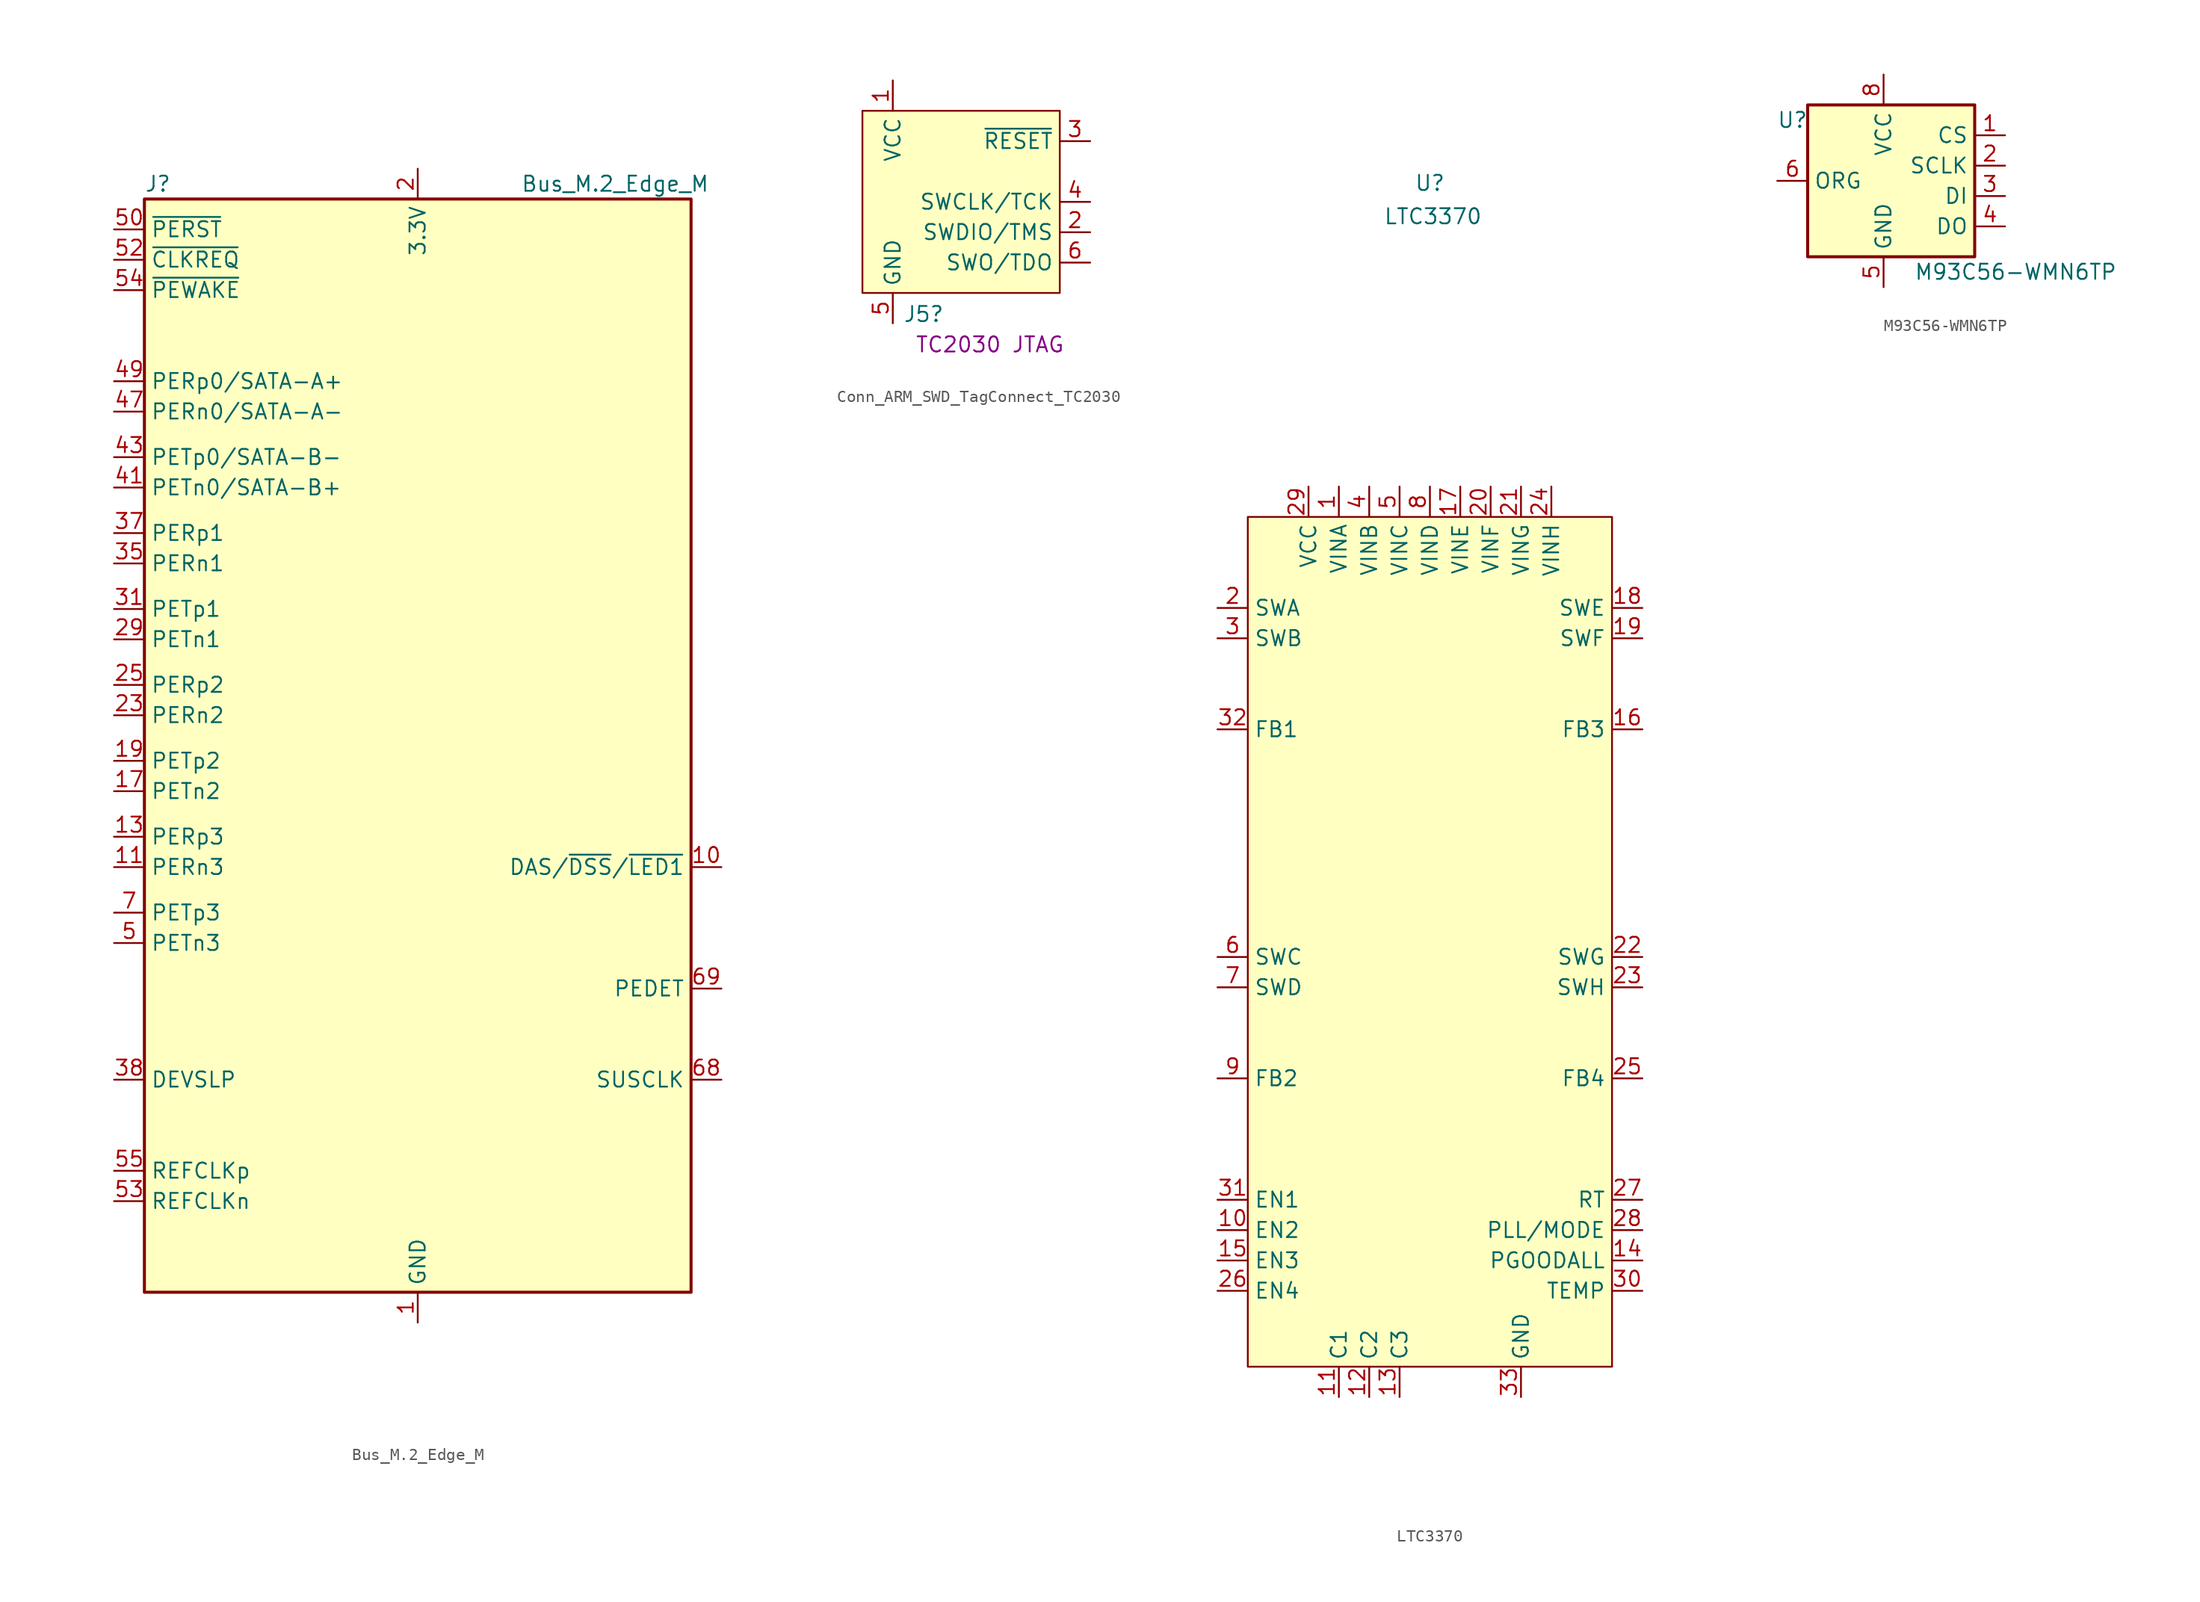
<source format=kicad_sym>
(kicad_symbol_lib
  (version 20241209)
  (generator "kicad_symbol_editor")
  (generator_version "9.0")
  (symbol "Bus_M.2_Edge_M"
    (property "Reference" "J"
      (at -22.86 46.99 0)
      (effects (font (size 1.27 1.27)) (justify left)))
    (property "Value" "Bus_M.2_Edge_M"
      (at 16.51 46.99 0)
      (effects (font (size 1.27 1.27))))
    (symbol "Bus_M.2_Edge_M_0_1"
      (rectangle (start -22.86 45.72) (end 22.86 -45.72) (stroke (width 0.254) (type default)) (fill (type background))))
    (symbol "Bus_M.2_Edge_M_1_1"
      (pin output line (at -25.4 43.18 0) (length 2.54) (name "~{PERST}" (effects (font (size 1.27 1.27)))) (number "50" (effects (font (size 1.27 1.27)))))
      (pin bidirectional line (at -25.4 40.64 0) (length 2.54) (name "~{CLKREQ}" (effects (font (size 1.27 1.27)))) (number "52" (effects (font (size 1.27 1.27)))))
      (pin bidirectional line (at -25.4 38.1 0) (length 2.54) (name "~{PEWAKE}" (effects (font (size 1.27 1.27)))) (number "54" (effects (font (size 1.27 1.27)))))
      (pin output line (at -25.4 30.48 0) (length 2.54) (name "PERp0/SATA-A+" (effects (font (size 1.27 1.27)))) (number "49" (effects (font (size 1.27 1.27)))))
      (pin output line (at -25.4 27.94 0) (length 2.54) (name "PERn0/SATA-A-" (effects (font (size 1.27 1.27)))) (number "47" (effects (font (size 1.27 1.27)))))
      (pin input line (at -25.4 24.13 0) (length 2.54) (name "PETp0/SATA-B-" (effects (font (size 1.27 1.27)))) (number "43" (effects (font (size 1.27 1.27)))))
      (pin input line (at -25.4 21.59 0) (length 2.54) (name "PETn0/SATA-B+" (effects (font (size 1.27 1.27)))) (number "41" (effects (font (size 1.27 1.27)))))
      (pin output line (at -25.4 17.78 0) (length 2.54) (name "PERp1" (effects (font (size 1.27 1.27)))) (number "37" (effects (font (size 1.27 1.27)))))
      (pin output line (at -25.4 15.24 0) (length 2.54) (name "PERn1" (effects (font (size 1.27 1.27)))) (number "35" (effects (font (size 1.27 1.27)))))
      (pin input line (at -25.4 11.43 0) (length 2.54) (name "PETp1" (effects (font (size 1.27 1.27)))) (number "31" (effects (font (size 1.27 1.27)))))
      (pin input line (at -25.4 8.89 0) (length 2.54) (name "PETn1" (effects (font (size 1.27 1.27)))) (number "29" (effects (font (size 1.27 1.27)))))
      (pin output line (at -25.4 5.08 0) (length 2.54) (name "PERp2" (effects (font (size 1.27 1.27)))) (number "25" (effects (font (size 1.27 1.27)))))
      (pin output line (at -25.4 2.54 0) (length 2.54) (name "PERn2" (effects (font (size 1.27 1.27)))) (number "23" (effects (font (size 1.27 1.27)))))
      (pin input line (at -25.4 -1.27 0) (length 2.54) (name "PETp2" (effects (font (size 1.27 1.27)))) (number "19" (effects (font (size 1.27 1.27)))))
      (pin input line (at -25.4 -3.81 0) (length 2.54) (name "PETn2" (effects (font (size 1.27 1.27)))) (number "17" (effects (font (size 1.27 1.27)))))
      (pin output line (at -25.4 -7.62 0) (length 2.54) (name "PERp3" (effects (font (size 1.27 1.27)))) (number "13" (effects (font (size 1.27 1.27)))))
      (pin output line (at -25.4 -10.16 0) (length 2.54) (name "PERn3" (effects (font (size 1.27 1.27)))) (number "11" (effects (font (size 1.27 1.27)))))
      (pin input line (at -25.4 -13.97 0) (length 2.54) (name "PETp3" (effects (font (size 1.27 1.27)))) (number "7" (effects (font (size 1.27 1.27)))))
      (pin input line (at -25.4 -16.51 0) (length 2.54) (name "PETn3" (effects (font (size 1.27 1.27)))) (number "5" (effects (font (size 1.27 1.27)))))
      (pin output line (at -25.4 -27.94 0) (length 2.54) (name "DEVSLP" (effects (font (size 1.27 1.27)))) (number "38" (effects (font (size 1.27 1.27)))))
      (pin output line (at -25.4 -35.56 0) (length 2.54) (name "REFCLKp" (effects (font (size 1.27 1.27)))) (number "55" (effects (font (size 1.27 1.27)))))
      (pin output line (at -25.4 -38.1 0) (length 2.54) (name "REFCLKn" (effects (font (size 1.27 1.27)))) (number "53" (effects (font (size 1.27 1.27)))))
      (pin passive line (at 0 48.26 270) (length 2.54) (hide yes) (name "3.3V" (effects (font (size 1.27 1.27)))) (number "12" (effects (font (size 1.27 1.27)))))
      (pin passive line (at 0 48.26 270) (length 2.54) (hide yes) (name "3.3V" (effects (font (size 1.27 1.27)))) (number "14" (effects (font (size 1.27 1.27)))))
      (pin passive line (at 0 48.26 270) (length 2.54) (hide yes) (name "3.3V" (effects (font (size 1.27 1.27)))) (number "16" (effects (font (size 1.27 1.27)))))
      (pin passive line (at 0 48.26 270) (length 2.54) (hide yes) (name "3.3V" (effects (font (size 1.27 1.27)))) (number "18" (effects (font (size 1.27 1.27)))))
      (pin power_in line (at 0 48.26 270) (length 2.54) (name "3.3V" (effects (font (size 1.27 1.27)))) (number "2" (effects (font (size 1.27 1.27)))))
      (pin passive line (at 0 48.26 270) (length 2.54) (hide yes) (name "3.3V" (effects (font (size 1.27 1.27)))) (number "4" (effects (font (size 1.27 1.27)))))
      (pin passive line (at 0 48.26 270) (length 2.54) (hide yes) (name "3.3V" (effects (font (size 1.27 1.27)))) (number "70" (effects (font (size 1.27 1.27)))))
      (pin passive line (at 0 48.26 270) (length 2.54) (hide yes) (name "3.3V" (effects (font (size 1.27 1.27)))) (number "72" (effects (font (size 1.27 1.27)))))
      (pin passive line (at 0 48.26 270) (length 2.54) (hide yes) (name "3.3V" (effects (font (size 1.27 1.27)))) (number "74" (effects (font (size 1.27 1.27)))))
      (pin power_in line (at 0 -48.26 90) (length 2.54) (name "GND" (effects (font (size 1.27 1.27)))) (number "1" (effects (font (size 1.27 1.27)))))
      (pin passive line (at 0 -48.26 90) (length 2.54) (hide yes) (name "GND" (effects (font (size 1.27 1.27)))) (number "15" (effects (font (size 1.27 1.27)))))
      (pin passive line (at 0 -48.26 90) (length 2.54) (hide yes) (name "GND" (effects (font (size 1.27 1.27)))) (number "21" (effects (font (size 1.27 1.27)))))
      (pin passive line (at 0 -48.26 90) (length 2.54) (hide yes) (name "GND" (effects (font (size 1.27 1.27)))) (number "27" (effects (font (size 1.27 1.27)))))
      (pin passive line (at 0 -48.26 90) (length 2.54) (hide yes) (name "GND" (effects (font (size 1.27 1.27)))) (number "3" (effects (font (size 1.27 1.27)))))
      (pin passive line (at 0 -48.26 90) (length 2.54) (hide yes) (name "GND" (effects (font (size 1.27 1.27)))) (number "33" (effects (font (size 1.27 1.27)))))
      (pin passive line (at 0 -48.26 90) (length 2.54) (hide yes) (name "GND" (effects (font (size 1.27 1.27)))) (number "39" (effects (font (size 1.27 1.27)))))
      (pin passive line (at 0 -48.26 90) (length 2.54) (hide yes) (name "GND" (effects (font (size 1.27 1.27)))) (number "45" (effects (font (size 1.27 1.27)))))
      (pin passive line (at 0 -48.26 90) (length 2.54) (hide yes) (name "GND" (effects (font (size 1.27 1.27)))) (number "51" (effects (font (size 1.27 1.27)))))
      (pin passive line (at 0 -48.26 90) (length 2.54) (hide yes) (name "GND" (effects (font (size 1.27 1.27)))) (number "57" (effects (font (size 1.27 1.27)))))
      (pin passive line (at 0 -48.26 90) (length 2.54) (hide yes) (name "GND" (effects (font (size 1.27 1.27)))) (number "71" (effects (font (size 1.27 1.27)))))
      (pin passive line (at 0 -48.26 90) (length 2.54) (hide yes) (name "GND" (effects (font (size 1.27 1.27)))) (number "73" (effects (font (size 1.27 1.27)))))
      (pin passive line (at 0 -48.26 90) (length 2.54) (hide yes) (name "GND" (effects (font (size 1.27 1.27)))) (number "75" (effects (font (size 1.27 1.27)))))
      (pin passive line (at 0 -48.26 90) (length 2.54) (hide yes) (name "GND" (effects (font (size 1.27 1.27)))) (number "9" (effects (font (size 1.27 1.27)))))
      (pin no_connect line (at 22.86 40.64 180) (length 2.54) (hide yes) (name "NC" (effects (font (size 1.27 1.27)))) (number "58" (effects (font (size 1.27 1.27)))))
      (pin no_connect line (at 22.86 38.1 180) (length 2.54) (hide yes) (name "NC" (effects (font (size 1.27 1.27)))) (number "56" (effects (font (size 1.27 1.27)))))
      (pin no_connect line (at 22.86 35.56 180) (length 2.54) (hide yes) (name "NC" (effects (font (size 1.27 1.27)))) (number "48" (effects (font (size 1.27 1.27)))))
      (pin no_connect line (at 22.86 33.02 180) (length 2.54) (hide yes) (name "NC" (effects (font (size 1.27 1.27)))) (number "46" (effects (font (size 1.27 1.27)))))
      (pin no_connect line (at 22.86 30.48 180) (length 2.54) (hide yes) (name "NC" (effects (font (size 1.27 1.27)))) (number "44" (effects (font (size 1.27 1.27)))))
      (pin no_connect line (at 22.86 27.94 180) (length 2.54) (hide yes) (name "NC" (effects (font (size 1.27 1.27)))) (number "42" (effects (font (size 1.27 1.27)))))
      (pin no_connect line (at 22.86 25.4 180) (length 2.54) (hide yes) (name "NC" (effects (font (size 1.27 1.27)))) (number "40" (effects (font (size 1.27 1.27)))))
      (pin no_connect line (at 22.86 22.86 180) (length 2.54) (hide yes) (name "NC" (effects (font (size 1.27 1.27)))) (number "36" (effects (font (size 1.27 1.27)))))
      (pin no_connect line (at 22.86 20.32 180) (length 2.54) (hide yes) (name "NC" (effects (font (size 1.27 1.27)))) (number "34" (effects (font (size 1.27 1.27)))))
      (pin no_connect line (at 22.86 17.78 180) (length 2.54) (hide yes) (name "NC" (effects (font (size 1.27 1.27)))) (number "32" (effects (font (size 1.27 1.27)))))
      (pin no_connect line (at 22.86 15.24 180) (length 2.54) (hide yes) (name "NC" (effects (font (size 1.27 1.27)))) (number "30" (effects (font (size 1.27 1.27)))))
      (pin no_connect line (at 22.86 12.7 180) (length 2.54) (hide yes) (name "NC" (effects (font (size 1.27 1.27)))) (number "28" (effects (font (size 1.27 1.27)))))
      (pin no_connect line (at 22.86 10.16 180) (length 2.54) (hide yes) (name "NC" (effects (font (size 1.27 1.27)))) (number "26" (effects (font (size 1.27 1.27)))))
      (pin no_connect line (at 22.86 7.62 180) (length 2.54) (hide yes) (name "NC" (effects (font (size 1.27 1.27)))) (number "24" (effects (font (size 1.27 1.27)))))
      (pin no_connect line (at 22.86 5.08 180) (length 2.54) (hide yes) (name "NC" (effects (font (size 1.27 1.27)))) (number "22" (effects (font (size 1.27 1.27)))))
      (pin no_connect line (at 22.86 2.54 180) (length 2.54) (hide yes) (name "NC" (effects (font (size 1.27 1.27)))) (number "20" (effects (font (size 1.27 1.27)))))
      (pin no_connect line (at 22.86 0 180) (length 2.54) (hide yes) (name "NC" (effects (font (size 1.27 1.27)))) (number "8" (effects (font (size 1.27 1.27)))))
      (pin no_connect line (at 22.86 -2.54 180) (length 2.54) (hide yes) (name "NC" (effects (font (size 1.27 1.27)))) (number "6" (effects (font (size 1.27 1.27)))))
      (pin no_connect line (at 22.86 -5.08 180) (length 2.54) (hide yes) (name "NC" (effects (font (size 1.27 1.27)))) (number "67" (effects (font (size 1.27 1.27)))))
      (pin bidirectional line (at 25.4 -10.16 180) (length 2.54) (name "DAS/~{DSS}/~{LED1}" (effects (font (size 1.27 1.27)))) (number "10" (effects (font (size 1.27 1.27)))))
      (pin passive line (at 25.4 -20.32 180) (length 2.54) (name "PEDET" (effects (font (size 1.27 1.27)))) (number "69" (effects (font (size 1.27 1.27)))))
      (pin output line (at 25.4 -27.94 180) (length 2.54) (name "SUSCLK" (effects (font (size 1.27 1.27)))) (number "68" (effects (font (size 1.27 1.27)))))))
  (symbol "Conn_ARM_SWD_TagConnect_TC2030"
    (property "Reference" "J5"
      (at 1.778 -9.398 0)
      (effects (font (size 1.27 1.27)) (justify right)))
    (property "Alt_Value" "TC2030 JTAG"
      (at 5.588 -11.938 0)
      (effects (font (size 1.27 1.27))))
    (symbol "Conn_ARM_SWD_TagConnect_TC2030_0_0"
      (pin power_in line (at -2.54 10.16 270) (length 2.54) (name "VCC" (effects (font (size 1.27 1.27)))) (number "1" (effects (font (size 1.27 1.27)))))
      (pin power_in line (at -2.54 -10.16 90) (length 2.54) (name "GND" (effects (font (size 1.27 1.27)))) (number "5" (effects (font (size 1.27 1.27)))))
      (pin open_collector line (at 13.97 5.08 180) (length 2.54) (name "~{RESET}" (effects (font (size 1.27 1.27)))) (number "3" (effects (font (size 1.27 1.27))))))
    (symbol "Conn_ARM_SWD_TagConnect_TC2030_0_1"
      (rectangle (start -5.08 7.62) (end 11.43 -7.62) (stroke (width 0) (type default)) (fill (type background))))
    (symbol "Conn_ARM_SWD_TagConnect_TC2030_1_0"
      (pin output line (at 13.97 0 180) (length 2.54) (name "SWCLK/TCK" (effects (font (size 1.27 1.27)))) (number "4" (effects (font (size 1.27 1.27)))) (alternate "TCK" output line))
      (pin bidirectional line (at 13.97 -2.54 180) (length 2.54) (name "SWDIO/TMS" (effects (font (size 1.27 1.27)))) (number "2" (effects (font (size 1.27 1.27)))) (alternate "TMS" bidirectional line))
      (pin input line (at 13.97 -5.08 180) (length 2.54) (name "SWO/TDO" (effects (font (size 1.27 1.27)))) (number "6" (effects (font (size 1.27 1.27)))) (alternate "TDO" input line))))
  (symbol "LTC3370"
    (property "Reference" "U"
      (at 0 48.26 0)
      (effects (font (size 1.27 1.27))))
    (property "Value" "LTC3370"
      (at 0.254 45.466 0)
      (effects (font (size 1.27 1.27))))
    (symbol "LTC3370_0_1"
      (rectangle (start -15.24 20.32) (end 15.24 -50.8) (stroke (width 0) (type default)) (fill (type background)))
      (pin unspecified line (at -17.78 12.7 0) (length 2.54) (name "SWA" (effects (font (size 1.27 1.27)))) (number "2" (effects (font (size 1.27 1.27)))))
      (pin unspecified line (at -17.78 10.16 0) (length 2.54) (name "SWB" (effects (font (size 1.27 1.27)))) (number "3" (effects (font (size 1.27 1.27)))))
      (pin unspecified line (at -17.78 2.54 0) (length 2.54) (name "FB1" (effects (font (size 1.27 1.27)))) (number "32" (effects (font (size 1.27 1.27)))))
      (pin unspecified line (at -17.78 -16.51 0) (length 2.54) (name "SWC" (effects (font (size 1.27 1.27)))) (number "6" (effects (font (size 1.27 1.27)))))
      (pin unspecified line (at -17.78 -19.05 0) (length 2.54) (name "SWD" (effects (font (size 1.27 1.27)))) (number "7" (effects (font (size 1.27 1.27)))))
      (pin unspecified line (at -17.78 -26.67 0) (length 2.54) (name "FB2" (effects (font (size 1.27 1.27)))) (number "9" (effects (font (size 1.27 1.27)))))
      (pin unspecified line (at -17.78 -36.83 0) (length 2.54) (name "EN1" (effects (font (size 1.27 1.27)))) (number "31" (effects (font (size 1.27 1.27)))))
      (pin unspecified line (at -17.78 -39.37 0) (length 2.54) (name "EN2" (effects (font (size 1.27 1.27)))) (number "10" (effects (font (size 1.27 1.27)))))
      (pin unspecified line (at -17.78 -41.91 0) (length 2.54) (name "EN3" (effects (font (size 1.27 1.27)))) (number "15" (effects (font (size 1.27 1.27)))))
      (pin unspecified line (at -17.78 -44.45 0) (length 2.54) (name "EN4" (effects (font (size 1.27 1.27)))) (number "26" (effects (font (size 1.27 1.27)))))
      (pin unspecified line (at -10.16 22.86 270) (length 2.54) (name "VCC" (effects (font (size 1.27 1.27)))) (number "29" (effects (font (size 1.27 1.27)))))
      (pin unspecified line (at -7.62 -53.34 90) (length 2.54) (name "C1" (effects (font (size 1.27 1.27)))) (number "11" (effects (font (size 1.27 1.27)))))
      (pin unspecified line (at -5.08 22.86 270) (length 2.54) (name "VINB" (effects (font (size 1.27 1.27)))) (number "4" (effects (font (size 1.27 1.27)))))
      (pin unspecified line (at -5.08 -53.34 90) (length 2.54) (name "C2" (effects (font (size 1.27 1.27)))) (number "12" (effects (font (size 1.27 1.27)))))
      (pin unspecified line (at -2.54 22.86 270) (length 2.54) (name "VINC" (effects (font (size 1.27 1.27)))) (number "5" (effects (font (size 1.27 1.27)))))
      (pin unspecified line (at -2.54 -53.34 90) (length 2.54) (name "C3" (effects (font (size 1.27 1.27)))) (number "13" (effects (font (size 1.27 1.27)))))
      (pin unspecified line (at 0 22.86 270) (length 2.54) (name "VIND" (effects (font (size 1.27 1.27)))) (number "8" (effects (font (size 1.27 1.27)))))
      (pin unspecified line (at 2.54 22.86 270) (length 2.54) (name "VINE" (effects (font (size 1.27 1.27)))) (number "17" (effects (font (size 1.27 1.27)))))
      (pin unspecified line (at 5.08 22.86 270) (length 2.54) (name "VINF" (effects (font (size 1.27 1.27)))) (number "20" (effects (font (size 1.27 1.27)))))
      (pin unspecified line (at 7.62 22.86 270) (length 2.54) (name "VING" (effects (font (size 1.27 1.27)))) (number "21" (effects (font (size 1.27 1.27)))))
      (pin unspecified line (at 10.16 22.86 270) (length 2.54) (name "VINH" (effects (font (size 1.27 1.27)))) (number "24" (effects (font (size 1.27 1.27)))))
      (pin unspecified line (at 17.78 12.7 180) (length 2.54) (name "SWE" (effects (font (size 1.27 1.27)))) (number "18" (effects (font (size 1.27 1.27)))))
      (pin unspecified line (at 17.78 10.16 180) (length 2.54) (name "SWF" (effects (font (size 1.27 1.27)))) (number "19" (effects (font (size 1.27 1.27)))))
      (pin unspecified line (at 17.78 2.54 180) (length 2.54) (name "FB3" (effects (font (size 1.27 1.27)))) (number "16" (effects (font (size 1.27 1.27)))))
      (pin unspecified line (at 17.78 -16.51 180) (length 2.54) (name "SWG" (effects (font (size 1.27 1.27)))) (number "22" (effects (font (size 1.27 1.27)))))
      (pin unspecified line (at 17.78 -19.05 180) (length 2.54) (name "SWH" (effects (font (size 1.27 1.27)))) (number "23" (effects (font (size 1.27 1.27)))))
      (pin unspecified line (at 17.78 -26.67 180) (length 2.54) (name "FB4" (effects (font (size 1.27 1.27)))) (number "25" (effects (font (size 1.27 1.27)))))
      (pin unspecified line (at 17.78 -36.83 180) (length 2.54) (name "RT" (effects (font (size 1.27 1.27)))) (number "27" (effects (font (size 1.27 1.27)))))
      (pin unspecified line (at 17.78 -39.37 180) (length 2.54) (name "PLL/MODE" (effects (font (size 1.27 1.27)))) (number "28" (effects (font (size 1.27 1.27)))))
      (pin unspecified line (at 17.78 -41.91 180) (length 2.54) (name "PGOODALL" (effects (font (size 1.27 1.27)))) (number "14" (effects (font (size 1.27 1.27)))))
      (pin unspecified line (at 17.78 -44.45 180) (length 2.54) (name "TEMP" (effects (font (size 1.27 1.27)))) (number "30" (effects (font (size 1.27 1.27))))))
    (symbol "LTC3370_1_1"
      (pin unspecified line (at -7.62 22.86 270) (length 2.54) (name "VINA" (effects (font (size 1.27 1.27)))) (number "1" (effects (font (size 1.27 1.27)))))
      (pin unspecified line (at 7.62 -53.34 90) (length 2.54) (name "GND" (effects (font (size 1.27 1.27)))) (number "33" (effects (font (size 1.27 1.27)))))))
  (symbol "M93C56-WMN6TP"
    (property "Reference" "U"
      (at -7.62 6.35 0)
      (effects (font (size 1.27 1.27))))
    (property "Value" "M93C56-WMN6TP"
      (at 2.54 -6.35 0)
      (effects (font (size 1.27 1.27)) (justify left)))
    (symbol "M93C56-WMN6TP_1_1"
      (rectangle (start -6.35 7.62) (end 7.62 -5.08) (stroke (width 0.254) (type default)) (fill (type background)))
      (pin input line (at -8.89 1.27 0) (length 2.54) (name "ORG" (effects (font (size 1.27 1.27)))) (number "6" (effects (font (size 1.27 1.27)))))
      (pin no_connect line (at -8.89 -2.54 0) (length 2.54) (hide yes) (name "DU" (effects (font (size 1.27 1.27)))) (number "7" (effects (font (size 1.27 1.27)))))
      (pin power_in line (at 0 10.16 270) (length 2.54) (name "VCC" (effects (font (size 1.27 1.27)))) (number "8" (effects (font (size 1.27 1.27)))))
      (pin power_in line (at 0 -7.62 90) (length 2.54) (name "GND" (effects (font (size 1.27 1.27)))) (number "5" (effects (font (size 1.27 1.27)))))
      (pin input line (at 10.16 5.08 180) (length 2.54) (name "CS" (effects (font (size 1.27 1.27)))) (number "1" (effects (font (size 1.27 1.27)))))
      (pin input line (at 10.16 2.54 180) (length 2.54) (name "SCLK" (effects (font (size 1.27 1.27)))) (number "2" (effects (font (size 1.27 1.27)))))
      (pin input line (at 10.16 0 180) (length 2.54) (name "DI" (effects (font (size 1.27 1.27)))) (number "3" (effects (font (size 1.27 1.27)))))
      (pin tri_state line (at 10.16 -2.54 180) (length 2.54) (name "DO" (effects (font (size 1.27 1.27)))) (number "4" (effects (font (size 1.27 1.27))))))))
</source>
